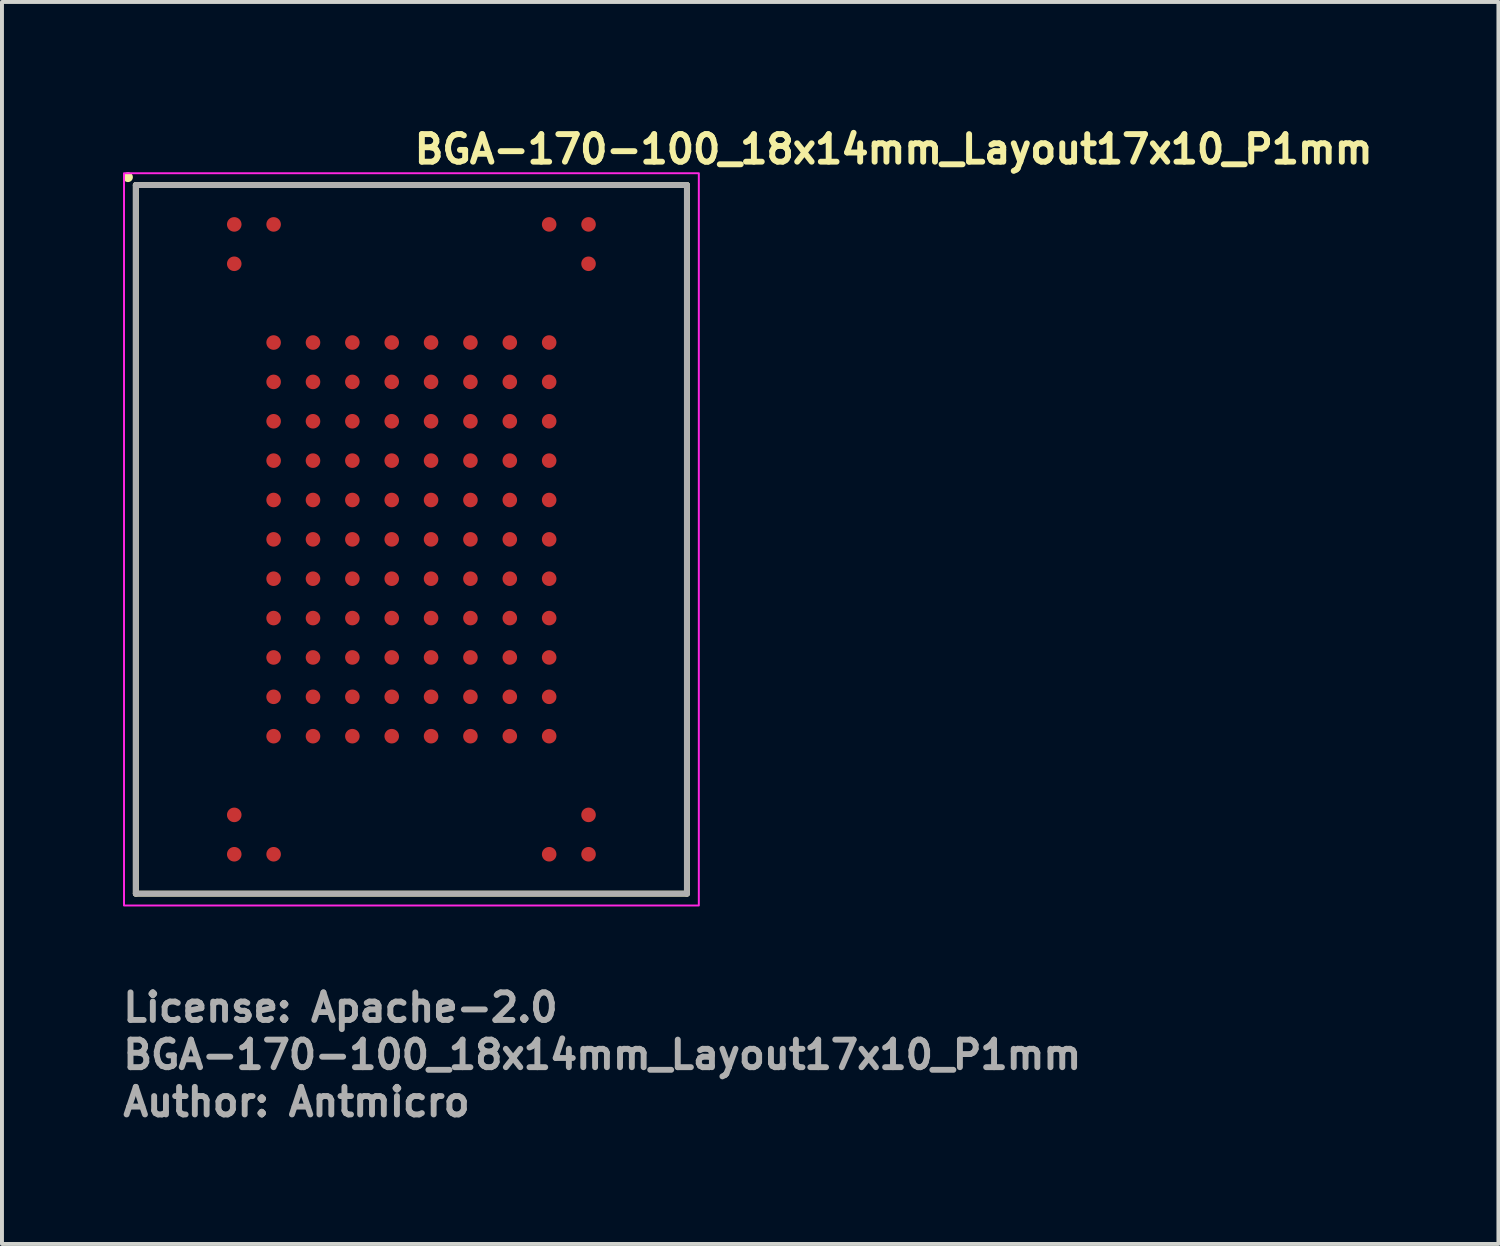
<source format=kicad_pcb>
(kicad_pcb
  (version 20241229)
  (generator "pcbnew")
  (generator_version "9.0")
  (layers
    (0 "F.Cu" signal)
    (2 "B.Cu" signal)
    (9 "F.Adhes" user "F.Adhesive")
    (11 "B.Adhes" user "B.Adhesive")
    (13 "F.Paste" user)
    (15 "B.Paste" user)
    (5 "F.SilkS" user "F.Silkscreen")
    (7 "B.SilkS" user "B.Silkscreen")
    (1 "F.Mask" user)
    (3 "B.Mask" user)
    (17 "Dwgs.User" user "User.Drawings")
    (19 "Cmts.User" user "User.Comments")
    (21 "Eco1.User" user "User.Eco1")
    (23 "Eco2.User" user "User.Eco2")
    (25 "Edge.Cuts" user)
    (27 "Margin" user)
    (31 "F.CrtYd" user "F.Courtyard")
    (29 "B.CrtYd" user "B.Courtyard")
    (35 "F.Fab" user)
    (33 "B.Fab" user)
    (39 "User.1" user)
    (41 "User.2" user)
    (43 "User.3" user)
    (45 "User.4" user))
  (footprint "BGA-170-100_18x14mm_Layout17x10_P1mm"
    (layer "F.Cu")
    (at 7.4 10.65)
    (property "Reference" "BGA-170-100_18x14mm_Layout17x10_P1mm" (at 0 -9.5 0) (layer "F.SilkS") (effects (font (size 0.7 0.7) (thickness 0.15)) (justify left bottom)))
    (attr smd)
    (fp_line (start -7 8.999) (end -7 -9) (stroke (width 0.15) (type solid)) (layer "F.SilkS"))
    (fp_line (start 6.998 -9) (end -7 -9) (stroke (width 0.15) (type solid)) (layer "F.SilkS"))
    (fp_line (start 6.998 8.999) (end -7 8.999) (stroke (width 0.15) (type solid)) (layer "F.SilkS"))
    (fp_line (start 6.998 8.999) (end 6.998 -9) (stroke (width 0.15) (type solid)) (layer "F.SilkS"))
    (fp_circle (center -7.2 -9.2) (end -7.15 -9.2) (stroke (width 0.15) (type solid)) (fill yes) (layer "F.SilkS"))
    (fp_rect (start -7.3 -9.3) (end 7.3 9.3) (stroke (width 0.05) (type solid)) (fill no) (layer "F.CrtYd"))
    (fp_line (start -7 8.999) (end -7 -9) (stroke (width 0.15) (type solid)) (layer "F.Fab"))
    (fp_line (start 6.998 -9) (end -7 -9) (stroke (width 0.15) (type solid)) (layer "F.Fab"))
    (fp_line (start 6.998 8.999) (end -7 8.999) (stroke (width 0.15) (type solid)) (layer "F.Fab"))
    (fp_line (start 6.998 8.999) (end 6.998 -9) (stroke (width 0.15) (type solid)) (layer "F.Fab"))
    (fp_rect (start -7 -9) (end 6.998 8.999) (stroke (width 0.1) (type solid)) (fill no) (layer "User.5"))
    (fp_line (start -7 -9) (end 6.998 -9) (stroke (width 0.02) (type solid)) (layer "User.9"))
    (fp_line (start -7 8.999) (end -7 -9) (stroke (width 0.02) (type solid)) (layer "User.9"))
    (fp_line (start -6.417 -7.853) (end -6.417 -7.833) (stroke (width 0.02) (type solid)) (layer "User.9"))
    (fp_line (start -6.417 -7.853) (end -6.417 -7.833) (stroke (width 0.02) (type solid)) (layer "User.9"))
    (fp_line (start -6.417 -7.833) (end -6.416 -7.795) (stroke (width 0.02) (type solid)) (layer "User.9"))
    (fp_line (start -6.417 -7.833) (end -6.416 -7.795) (stroke (width 0.02) (type solid)) (layer "User.9"))
    (fp_line (start -6.416 -7.873) (end -6.417 -7.853) (stroke (width 0.02) (type solid)) (layer "User.9"))
    (fp_line (start -6.416 -7.873) (end -6.417 -7.853) (stroke (width 0.02) (type solid)) (layer "User.9"))
    (fp_line (start -6.416 -7.795) (end -6.412 -7.756) (stroke (width 0.02) (type solid)) (layer "User.9"))
    (fp_line (start -6.416 -7.795) (end -6.412 -7.756) (stroke (width 0.02) (type solid)) (layer "User.9"))
    (fp_line (start -6.414 -7.892) (end -6.416 -7.873) (stroke (width 0.02) (type solid)) (layer "User.9"))
    (fp_line (start -6.414 -7.892) (end -6.416 -7.873) (stroke (width 0.02) (type solid)) (layer "User.9"))
    (fp_line (start -6.412 -7.91) (end -6.414 -7.892) (stroke (width 0.02) (type solid)) (layer "User.9"))
    (fp_line (start -6.412 -7.91) (end -6.414 -7.892) (stroke (width 0.02) (type solid)) (layer "User.9"))
    (fp_line (start -6.412 -7.756) (end -6.406 -7.719) (stroke (width 0.02) (type solid)) (layer "User.9"))
    (fp_line (start -6.412 -7.756) (end -6.406 -7.719) (stroke (width 0.02) (type solid)) (layer "User.9"))
    (fp_line (start -6.409 -7.93) (end -6.412 -7.91) (stroke (width 0.02) (type solid)) (layer "User.9"))
    (fp_line (start -6.409 -7.93) (end -6.412 -7.91) (stroke (width 0.02) (type solid)) (layer "User.9"))
    (fp_line (start -6.406 -7.949) (end -6.409 -7.93) (stroke (width 0.02) (type solid)) (layer "User.9"))
    (fp_line (start -6.406 -7.949) (end -6.409 -7.93) (stroke (width 0.02) (type solid)) (layer "User.9"))
    (fp_line (start -6.406 -7.719) (end -6.397 -7.682) (stroke (width 0.02) (type solid)) (layer "User.9"))
    (fp_line (start -6.406 -7.719) (end -6.397 -7.682) (stroke (width 0.02) (type solid)) (layer "User.9"))
    (fp_line (start -6.402 -7.968) (end -6.406 -7.949) (stroke (width 0.02) (type solid)) (layer "User.9"))
    (fp_line (start -6.402 -7.968) (end -6.406 -7.949) (stroke (width 0.02) (type solid)) (layer "User.9"))
    (fp_line (start -6.397 -7.986) (end -6.402 -7.968) (stroke (width 0.02) (type solid)) (layer "User.9"))
    (fp_line (start -6.397 -7.986) (end -6.402 -7.968) (stroke (width 0.02) (type solid)) (layer "User.9"))
    (fp_line (start -6.397 -7.682) (end -6.386 -7.644) (stroke (width 0.02) (type solid)) (layer "User.9"))
    (fp_line (start -6.397 -7.682) (end -6.386 -7.644) (stroke (width 0.02) (type solid)) (layer "User.9"))
    (fp_line (start -6.392 -8.003) (end -6.397 -7.986) (stroke (width 0.02) (type solid)) (layer "User.9"))
    (fp_line (start -6.392 -8.003) (end -6.397 -7.986) (stroke (width 0.02) (type solid)) (layer "User.9"))
    (fp_line (start -6.386 -8.022) (end -6.392 -8.003) (stroke (width 0.02) (type solid)) (layer "User.9"))
    (fp_line (start -6.386 -8.022) (end -6.392 -8.003) (stroke (width 0.02) (type solid)) (layer "User.9"))
    (fp_line (start -6.386 -7.644) (end -6.372 -7.61) (stroke (width 0.02) (type solid)) (layer "User.9"))
    (fp_line (start -6.386 -7.644) (end -6.372 -7.61) (stroke (width 0.02) (type solid)) (layer "User.9"))
    (fp_line (start -6.378 -8.038) (end -6.386 -8.022) (stroke (width 0.02) (type solid)) (layer "User.9"))
    (fp_line (start -6.378 -8.038) (end -6.386 -8.022) (stroke (width 0.02) (type solid)) (layer "User.9"))
    (fp_line (start -6.372 -8.058) (end -6.378 -8.038) (stroke (width 0.02) (type solid)) (layer "User.9"))
    (fp_line (start -6.372 -8.058) (end -6.378 -8.038) (stroke (width 0.02) (type solid)) (layer "User.9"))
    (fp_line (start -6.372 -7.61) (end -6.357 -7.575) (stroke (width 0.02) (type solid)) (layer "User.9"))
    (fp_line (start -6.372 -7.61) (end -6.357 -7.575) (stroke (width 0.02) (type solid)) (layer "User.9"))
    (fp_line (start -6.365 -8.074) (end -6.372 -8.058) (stroke (width 0.02) (type solid)) (layer "User.9"))
    (fp_line (start -6.365 -8.074) (end -6.372 -8.058) (stroke (width 0.02) (type solid)) (layer "User.9"))
    (fp_line (start -6.357 -8.092) (end -6.365 -8.074) (stroke (width 0.02) (type solid)) (layer "User.9"))
    (fp_line (start -6.357 -8.092) (end -6.365 -8.074) (stroke (width 0.02) (type solid)) (layer "User.9"))
    (fp_line (start -6.357 -7.575) (end -6.339 -7.542) (stroke (width 0.02) (type solid)) (layer "User.9"))
    (fp_line (start -6.357 -7.575) (end -6.339 -7.542) (stroke (width 0.02) (type solid)) (layer "User.9"))
    (fp_line (start -6.348 -8.109) (end -6.357 -8.092) (stroke (width 0.02) (type solid)) (layer "User.9"))
    (fp_line (start -6.348 -8.109) (end -6.357 -8.092) (stroke (width 0.02) (type solid)) (layer "User.9"))
    (fp_line (start -6.339 -8.125) (end -6.348 -8.109) (stroke (width 0.02) (type solid)) (layer "User.9"))
    (fp_line (start -6.339 -8.125) (end -6.348 -8.109) (stroke (width 0.02) (type solid)) (layer "User.9"))
    (fp_line (start -6.339 -7.542) (end -6.319 -7.51) (stroke (width 0.02) (type solid)) (layer "User.9"))
    (fp_line (start -6.339 -7.542) (end -6.319 -7.51) (stroke (width 0.02) (type solid)) (layer "User.9"))
    (fp_line (start -6.329 -8.141) (end -6.339 -8.125) (stroke (width 0.02) (type solid)) (layer "User.9"))
    (fp_line (start -6.329 -8.141) (end -6.339 -8.125) (stroke (width 0.02) (type solid)) (layer "User.9"))
    (fp_line (start -6.319 -8.157) (end -6.329 -8.141) (stroke (width 0.02) (type solid)) (layer "User.9"))
    (fp_line (start -6.319 -8.157) (end -6.329 -8.141) (stroke (width 0.02) (type solid)) (layer "User.9"))
    (fp_line (start -6.319 -7.51) (end -6.297 -7.479) (stroke (width 0.02) (type solid)) (layer "User.9"))
    (fp_line (start -6.319 -7.51) (end -6.297 -7.479) (stroke (width 0.02) (type solid)) (layer "User.9"))
    (fp_line (start -6.308 -8.173) (end -6.319 -8.157) (stroke (width 0.02) (type solid)) (layer "User.9"))
    (fp_line (start -6.308 -8.173) (end -6.319 -8.157) (stroke (width 0.02) (type solid)) (layer "User.9"))
    (fp_line (start -6.297 -8.188) (end -6.308 -8.173) (stroke (width 0.02) (type solid)) (layer "User.9"))
    (fp_line (start -6.297 -8.188) (end -6.308 -8.173) (stroke (width 0.02) (type solid)) (layer "User.9"))
    (fp_line (start -6.297 -7.479) (end -6.273 -7.45) (stroke (width 0.02) (type solid)) (layer "User.9"))
    (fp_line (start -6.297 -7.479) (end -6.273 -7.45) (stroke (width 0.02) (type solid)) (layer "User.9"))
    (fp_line (start -6.285 -8.203) (end -6.297 -8.188) (stroke (width 0.02) (type solid)) (layer "User.9"))
    (fp_line (start -6.285 -8.203) (end -6.297 -8.188) (stroke (width 0.02) (type solid)) (layer "User.9"))
    (fp_line (start -6.273 -8.218) (end -6.285 -8.203) (stroke (width 0.02) (type solid)) (layer "User.9"))
    (fp_line (start -6.273 -8.218) (end -6.285 -8.203) (stroke (width 0.02) (type solid)) (layer "User.9"))
    (fp_line (start -6.273 -7.45) (end -6.247 -7.422) (stroke (width 0.02) (type solid)) (layer "User.9"))
    (fp_line (start -6.273 -7.45) (end -6.247 -7.422) (stroke (width 0.02) (type solid)) (layer "User.9"))
    (fp_line (start -6.26 -8.232) (end -6.273 -8.218) (stroke (width 0.02) (type solid)) (layer "User.9"))
    (fp_line (start -6.26 -8.232) (end -6.273 -8.218) (stroke (width 0.02) (type solid)) (layer "User.9"))
    (fp_line (start -6.247 -8.244) (end -6.26 -8.232) (stroke (width 0.02) (type solid)) (layer "User.9"))
    (fp_line (start -6.247 -8.244) (end -6.26 -8.232) (stroke (width 0.02) (type solid)) (layer "User.9"))
    (fp_line (start -6.247 -7.422) (end -6.219 -7.396) (stroke (width 0.02) (type solid)) (layer "User.9"))
    (fp_line (start -6.247 -7.422) (end -6.219 -7.396) (stroke (width 0.02) (type solid)) (layer "User.9"))
    (fp_line (start -6.234 -8.259) (end -6.247 -8.244) (stroke (width 0.02) (type solid)) (layer "User.9"))
    (fp_line (start -6.234 -8.259) (end -6.247 -8.244) (stroke (width 0.02) (type solid)) (layer "User.9"))
    (fp_line (start -6.219 -8.272) (end -6.234 -8.259) (stroke (width 0.02) (type solid)) (layer "User.9"))
    (fp_line (start -6.219 -8.272) (end -6.234 -8.259) (stroke (width 0.02) (type solid)) (layer "User.9"))
    (fp_line (start -6.219 -7.396) (end -6.19 -7.372) (stroke (width 0.02) (type solid)) (layer "User.9"))
    (fp_line (start -6.219 -7.396) (end -6.19 -7.372) (stroke (width 0.02) (type solid)) (layer "User.9"))
    (fp_line (start -6.205 -8.284) (end -6.219 -8.272) (stroke (width 0.02) (type solid)) (layer "User.9"))
    (fp_line (start -6.205 -8.284) (end -6.219 -8.272) (stroke (width 0.02) (type solid)) (layer "User.9"))
    (fp_line (start -6.19 -8.296) (end -6.205 -8.284) (stroke (width 0.02) (type solid)) (layer "User.9"))
    (fp_line (start -6.19 -8.296) (end -6.205 -8.284) (stroke (width 0.02) (type solid)) (layer "User.9"))
    (fp_line (start -6.19 -7.372) (end -6.159 -7.349) (stroke (width 0.02) (type solid)) (layer "User.9"))
    (fp_line (start -6.19 -7.372) (end -6.159 -7.349) (stroke (width 0.02) (type solid)) (layer "User.9"))
    (fp_line (start -6.174 -8.307) (end -6.19 -8.296) (stroke (width 0.02) (type solid)) (layer "User.9"))
    (fp_line (start -6.174 -8.307) (end -6.19 -8.296) (stroke (width 0.02) (type solid)) (layer "User.9"))
    (fp_line (start -6.159 -8.318) (end -6.174 -8.307) (stroke (width 0.02) (type solid)) (layer "User.9"))
    (fp_line (start -6.159 -8.318) (end -6.174 -8.307) (stroke (width 0.02) (type solid)) (layer "User.9"))
    (fp_line (start -6.159 -7.349) (end -6.126 -7.329) (stroke (width 0.02) (type solid)) (layer "User.9"))
    (fp_line (start -6.159 -7.349) (end -6.126 -7.329) (stroke (width 0.02) (type solid)) (layer "User.9"))
    (fp_line (start -6.142 -8.329) (end -6.159 -8.318) (stroke (width 0.02) (type solid)) (layer "User.9"))
    (fp_line (start -6.142 -8.329) (end -6.159 -8.318) (stroke (width 0.02) (type solid)) (layer "User.9"))
    (fp_line (start -6.126 -8.339) (end -6.142 -8.329) (stroke (width 0.02) (type solid)) (layer "User.9"))
    (fp_line (start -6.126 -8.339) (end -6.142 -8.329) (stroke (width 0.02) (type solid)) (layer "User.9"))
    (fp_line (start -6.126 -8.339) (end -6.126 -8.339) (stroke (width 0.02) (type solid)) (layer "User.9"))
    (fp_line (start -6.126 -8.339) (end -6.126 -8.339) (stroke (width 0.02) (type solid)) (layer "User.9"))
    (fp_line (start -6.126 -7.329) (end -6.126 -7.329) (stroke (width 0.02) (type solid)) (layer "User.9"))
    (fp_line (start -6.126 -7.329) (end -6.126 -7.329) (stroke (width 0.02) (type solid)) (layer "User.9"))
    (fp_line (start -6.126 -7.329) (end -6.091 -7.309) (stroke (width 0.02) (type solid)) (layer "User.9"))
    (fp_line (start -6.126 -7.329) (end -6.091 -7.309) (stroke (width 0.02) (type solid)) (layer "User.9"))
    (fp_line (start -6.091 -8.357) (end -6.126 -8.339) (stroke (width 0.02) (type solid)) (layer "User.9"))
    (fp_line (start -6.091 -8.357) (end -6.126 -8.339) (stroke (width 0.02) (type solid)) (layer "User.9"))
    (fp_line (start -6.091 -7.309) (end -6.056 -7.293) (stroke (width 0.02) (type solid)) (layer "User.9"))
    (fp_line (start -6.091 -7.309) (end -6.056 -7.293) (stroke (width 0.02) (type solid)) (layer "User.9"))
    (fp_line (start -6.056 -8.373) (end -6.091 -8.357) (stroke (width 0.02) (type solid)) (layer "User.9"))
    (fp_line (start -6.056 -8.373) (end -6.091 -8.357) (stroke (width 0.02) (type solid)) (layer "User.9"))
    (fp_line (start -6.056 -7.293) (end -6.019 -7.28) (stroke (width 0.02) (type solid)) (layer "User.9"))
    (fp_line (start -6.056 -7.293) (end -6.019 -7.28) (stroke (width 0.02) (type solid)) (layer "User.9"))
    (fp_line (start -6.019 -8.387) (end -6.056 -8.373) (stroke (width 0.02) (type solid)) (layer "User.9"))
    (fp_line (start -6.019 -8.387) (end -6.056 -8.373) (stroke (width 0.02) (type solid)) (layer "User.9"))
    (fp_line (start -6.019 -7.28) (end -5.984 -7.269) (stroke (width 0.02) (type solid)) (layer "User.9"))
    (fp_line (start -6.019 -7.28) (end -5.984 -7.269) (stroke (width 0.02) (type solid)) (layer "User.9"))
    (fp_line (start -5.984 -8.398) (end -6.019 -8.387) (stroke (width 0.02) (type solid)) (layer "User.9"))
    (fp_line (start -5.984 -8.398) (end -6.019 -8.387) (stroke (width 0.02) (type solid)) (layer "User.9"))
    (fp_line (start -5.984 -7.269) (end -5.947 -7.261) (stroke (width 0.02) (type solid)) (layer "User.9"))
    (fp_line (start -5.984 -7.269) (end -5.947 -7.261) (stroke (width 0.02) (type solid)) (layer "User.9"))
    (fp_line (start -5.947 -8.406) (end -5.984 -8.398) (stroke (width 0.02) (type solid)) (layer "User.9"))
    (fp_line (start -5.947 -8.406) (end -5.984 -8.398) (stroke (width 0.02) (type solid)) (layer "User.9"))
    (fp_line (start -5.947 -7.261) (end -5.909 -7.255) (stroke (width 0.02) (type solid)) (layer "User.9"))
    (fp_line (start -5.947 -7.261) (end -5.909 -7.255) (stroke (width 0.02) (type solid)) (layer "User.9"))
    (fp_line (start -5.909 -8.412) (end -5.947 -8.406) (stroke (width 0.02) (type solid)) (layer "User.9"))
    (fp_line (start -5.909 -8.412) (end -5.947 -8.406) (stroke (width 0.02) (type solid)) (layer "User.9"))
    (fp_line (start -5.909 -7.255) (end -5.872 -7.252) (stroke (width 0.02) (type solid)) (layer "User.9"))
    (fp_line (start -5.909 -7.255) (end -5.872 -7.252) (stroke (width 0.02) (type solid)) (layer "User.9"))
    (fp_line (start -5.872 -8.416) (end -5.909 -8.412) (stroke (width 0.02) (type solid)) (layer "User.9"))
    (fp_line (start -5.872 -8.416) (end -5.909 -8.412) (stroke (width 0.02) (type solid)) (layer "User.9"))
    (fp_line (start -5.872 -7.252) (end -5.833 -7.25) (stroke (width 0.02) (type solid)) (layer "User.9"))
    (fp_line (start -5.872 -7.252) (end -5.833 -7.25) (stroke (width 0.02) (type solid)) (layer "User.9"))
    (fp_line (start -5.833 -8.417) (end -5.872 -8.416) (stroke (width 0.02) (type solid)) (layer "User.9"))
    (fp_line (start -5.833 -8.417) (end -5.872 -8.416) (stroke (width 0.02) (type solid)) (layer "User.9"))
    (fp_line (start -5.833 -7.25) (end -5.796 -7.252) (stroke (width 0.02) (type solid)) (layer "User.9"))
    (fp_line (start -5.833 -7.25) (end -5.796 -7.252) (stroke (width 0.02) (type solid)) (layer "User.9"))
    (fp_line (start -5.796 -8.416) (end -5.833 -8.417) (stroke (width 0.02) (type solid)) (layer "User.9"))
    (fp_line (start -5.796 -8.416) (end -5.833 -8.417) (stroke (width 0.02) (type solid)) (layer "User.9"))
    (fp_line (start -5.796 -7.252) (end -5.758 -7.255) (stroke (width 0.02) (type solid)) (layer "User.9"))
    (fp_line (start -5.796 -7.252) (end -5.758 -7.255) (stroke (width 0.02) (type solid)) (layer "User.9"))
    (fp_line (start -5.758 -8.412) (end -5.796 -8.416) (stroke (width 0.02) (type solid)) (layer "User.9"))
    (fp_line (start -5.758 -8.412) (end -5.796 -8.416) (stroke (width 0.02) (type solid)) (layer "User.9"))
    (fp_line (start -5.758 -7.255) (end -5.721 -7.261) (stroke (width 0.02) (type solid)) (layer "User.9"))
    (fp_line (start -5.758 -7.255) (end -5.721 -7.261) (stroke (width 0.02) (type solid)) (layer "User.9"))
    (fp_line (start -5.721 -8.406) (end -5.758 -8.412) (stroke (width 0.02) (type solid)) (layer "User.9"))
    (fp_line (start -5.721 -8.406) (end -5.758 -8.412) (stroke (width 0.02) (type solid)) (layer "User.9"))
    (fp_line (start -5.721 -7.261) (end -5.684 -7.269) (stroke (width 0.02) (type solid)) (layer "User.9"))
    (fp_line (start -5.721 -7.261) (end -5.684 -7.269) (stroke (width 0.02) (type solid)) (layer "User.9"))
    (fp_line (start -5.684 -8.398) (end -5.721 -8.406) (stroke (width 0.02) (type solid)) (layer "User.9"))
    (fp_line (start -5.684 -8.398) (end -5.721 -8.406) (stroke (width 0.02) (type solid)) (layer "User.9"))
    (fp_line (start -5.684 -7.269) (end -5.648 -7.28) (stroke (width 0.02) (type solid)) (layer "User.9"))
    (fp_line (start -5.684 -7.269) (end -5.648 -7.28) (stroke (width 0.02) (type solid)) (layer "User.9"))
    (fp_line (start -5.648 -8.387) (end -5.684 -8.398) (stroke (width 0.02) (type solid)) (layer "User.9"))
    (fp_line (start -5.648 -8.387) (end -5.684 -8.398) (stroke (width 0.02) (type solid)) (layer "User.9"))
    (fp_line (start -5.648 -7.28) (end -5.612 -7.293) (stroke (width 0.02) (type solid)) (layer "User.9"))
    (fp_line (start -5.648 -7.28) (end -5.612 -7.293) (stroke (width 0.02) (type solid)) (layer "User.9"))
    (fp_line (start -5.612 -8.373) (end -5.648 -8.387) (stroke (width 0.02) (type solid)) (layer "User.9"))
    (fp_line (start -5.612 -8.373) (end -5.648 -8.387) (stroke (width 0.02) (type solid)) (layer "User.9"))
    (fp_line (start -5.612 -7.293) (end -5.575 -7.309) (stroke (width 0.02) (type solid)) (layer "User.9"))
    (fp_line (start -5.612 -7.293) (end -5.575 -7.309) (stroke (width 0.02) (type solid)) (layer "User.9"))
    (fp_line (start -5.575 -8.357) (end -5.612 -8.373) (stroke (width 0.02) (type solid)) (layer "User.9"))
    (fp_line (start -5.575 -8.357) (end -5.612 -8.373) (stroke (width 0.02) (type solid)) (layer "User.9"))
    (fp_line (start -5.575 -7.309) (end -5.542 -7.329) (stroke (width 0.02) (type solid)) (layer "User.9"))
    (fp_line (start -5.575 -7.309) (end -5.542 -7.329) (stroke (width 0.02) (type solid)) (layer "User.9"))
    (fp_line (start -5.542 -8.339) (end -5.575 -8.357) (stroke (width 0.02) (type solid)) (layer "User.9"))
    (fp_line (start -5.542 -8.339) (end -5.575 -8.357) (stroke (width 0.02) (type solid)) (layer "User.9"))
    (fp_line (start -5.542 -8.339) (end -5.542 -8.339) (stroke (width 0.02) (type solid)) (layer "User.9"))
    (fp_line (start -5.542 -8.339) (end -5.542 -8.339) (stroke (width 0.02) (type solid)) (layer "User.9"))
    (fp_line (start -5.542 -7.329) (end -5.542 -7.329) (stroke (width 0.02) (type solid)) (layer "User.9"))
    (fp_line (start -5.542 -7.329) (end -5.542 -7.329) (stroke (width 0.02) (type solid)) (layer "User.9"))
    (fp_line (start -5.542 -7.329) (end -5.525 -7.339) (stroke (width 0.02) (type solid)) (layer "User.9"))
    (fp_line (start -5.542 -7.329) (end -5.525 -7.339) (stroke (width 0.02) (type solid)) (layer "User.9"))
    (fp_line (start -5.525 -7.339) (end -5.509 -7.349) (stroke (width 0.02) (type solid)) (layer "User.9"))
    (fp_line (start -5.525 -7.339) (end -5.509 -7.349) (stroke (width 0.02) (type solid)) (layer "User.9"))
    (fp_line (start -5.509 -8.318) (end -5.542 -8.339) (stroke (width 0.02) (type solid)) (layer "User.9"))
    (fp_line (start -5.509 -8.318) (end -5.542 -8.339) (stroke (width 0.02) (type solid)) (layer "User.9"))
    (fp_line (start -5.509 -7.349) (end -5.493 -7.36) (stroke (width 0.02) (type solid)) (layer "User.9"))
    (fp_line (start -5.509 -7.349) (end -5.493 -7.36) (stroke (width 0.02) (type solid)) (layer "User.9"))
    (fp_line (start -5.493 -7.36) (end -5.478 -7.372) (stroke (width 0.02) (type solid)) (layer "User.9"))
    (fp_line (start -5.493 -7.36) (end -5.478 -7.372) (stroke (width 0.02) (type solid)) (layer "User.9"))
    (fp_line (start -5.478 -8.296) (end -5.509 -8.318) (stroke (width 0.02) (type solid)) (layer "User.9"))
    (fp_line (start -5.478 -8.296) (end -5.509 -8.318) (stroke (width 0.02) (type solid)) (layer "User.9"))
    (fp_line (start -5.478 -7.372) (end -5.463 -7.384) (stroke (width 0.02) (type solid)) (layer "User.9"))
    (fp_line (start -5.478 -7.372) (end -5.463 -7.384) (stroke (width 0.02) (type solid)) (layer "User.9"))
    (fp_line (start -5.463 -7.384) (end -5.448 -7.396) (stroke (width 0.02) (type solid)) (layer "User.9"))
    (fp_line (start -5.463 -7.384) (end -5.448 -7.396) (stroke (width 0.02) (type solid)) (layer "User.9"))
    (fp_line (start -5.448 -8.272) (end -5.478 -8.296) (stroke (width 0.02) (type solid)) (layer "User.9"))
    (fp_line (start -5.448 -8.272) (end -5.478 -8.296) (stroke (width 0.02) (type solid)) (layer "User.9"))
    (fp_line (start -5.448 -7.396) (end -5.434 -7.409) (stroke (width 0.02) (type solid)) (layer "User.9"))
    (fp_line (start -5.448 -7.396) (end -5.434 -7.409) (stroke (width 0.02) (type solid)) (layer "User.9"))
    (fp_line (start -5.434 -7.409) (end -5.42 -7.422) (stroke (width 0.02) (type solid)) (layer "User.9"))
    (fp_line (start -5.434 -7.409) (end -5.42 -7.422) (stroke (width 0.02) (type solid)) (layer "User.9"))
    (fp_line (start -5.42 -8.244) (end -5.448 -8.272) (stroke (width 0.02) (type solid)) (layer "User.9"))
    (fp_line (start -5.42 -8.244) (end -5.448 -8.272) (stroke (width 0.02) (type solid)) (layer "User.9"))
    (fp_line (start -5.42 -7.422) (end -5.407 -7.436) (stroke (width 0.02) (type solid)) (layer "User.9"))
    (fp_line (start -5.42 -7.422) (end -5.407 -7.436) (stroke (width 0.02) (type solid)) (layer "User.9"))
    (fp_line (start -5.407 -7.436) (end -5.394 -7.45) (stroke (width 0.02) (type solid)) (layer "User.9"))
    (fp_line (start -5.407 -7.436) (end -5.394 -7.45) (stroke (width 0.02) (type solid)) (layer "User.9"))
    (fp_line (start -5.394 -8.218) (end -5.42 -8.244) (stroke (width 0.02) (type solid)) (layer "User.9"))
    (fp_line (start -5.394 -8.218) (end -5.42 -8.244) (stroke (width 0.02) (type solid)) (layer "User.9"))
    (fp_line (start -5.394 -7.45) (end -5.382 -7.464) (stroke (width 0.02) (type solid)) (layer "User.9"))
    (fp_line (start -5.394 -7.45) (end -5.382 -7.464) (stroke (width 0.02) (type solid)) (layer "User.9"))
    (fp_line (start -5.382 -7.464) (end -5.371 -7.479) (stroke (width 0.02) (type solid)) (layer "User.9"))
    (fp_line (start -5.382 -7.464) (end -5.371 -7.479) (stroke (width 0.02) (type solid)) (layer "User.9"))
    (fp_line (start -5.371 -8.188) (end -5.394 -8.218) (stroke (width 0.02) (type solid)) (layer "User.9"))
    (fp_line (start -5.371 -8.188) (end -5.394 -8.218) (stroke (width 0.02) (type solid)) (layer "User.9"))
    (fp_line (start -5.371 -7.479) (end -5.359 -7.495) (stroke (width 0.02) (type solid)) (layer "User.9"))
    (fp_line (start -5.371 -7.479) (end -5.359 -7.495) (stroke (width 0.02) (type solid)) (layer "User.9"))
    (fp_line (start -5.359 -7.495) (end -5.349 -7.51) (stroke (width 0.02) (type solid)) (layer "User.9"))
    (fp_line (start -5.359 -7.495) (end -5.349 -7.51) (stroke (width 0.02) (type solid)) (layer "User.9"))
    (fp_line (start -5.349 -8.157) (end -5.371 -8.188) (stroke (width 0.02) (type solid)) (layer "User.9"))
    (fp_line (start -5.349 -8.157) (end -5.371 -8.188) (stroke (width 0.02) (type solid)) (layer "User.9"))
    (fp_line (start -5.349 -7.51) (end -5.338 -7.526) (stroke (width 0.02) (type solid)) (layer "User.9"))
    (fp_line (start -5.349 -7.51) (end -5.338 -7.526) (stroke (width 0.02) (type solid)) (layer "User.9"))
    (fp_line (start -5.338 -7.526) (end -5.329 -7.542) (stroke (width 0.02) (type solid)) (layer "User.9"))
    (fp_line (start -5.338 -7.526) (end -5.329 -7.542) (stroke (width 0.02) (type solid)) (layer "User.9"))
    (fp_line (start -5.329 -8.125) (end -5.349 -8.157) (stroke (width 0.02) (type solid)) (layer "User.9"))
    (fp_line (start -5.329 -8.125) (end -5.349 -8.157) (stroke (width 0.02) (type solid)) (layer "User.9"))
    (fp_line (start -5.329 -7.542) (end -5.319 -7.559) (stroke (width 0.02) (type solid)) (layer "User.9"))
    (fp_line (start -5.329 -7.542) (end -5.319 -7.559) (stroke (width 0.02) (type solid)) (layer "User.9"))
    (fp_line (start -5.319 -7.559) (end -5.311 -7.575) (stroke (width 0.02) (type solid)) (layer "User.9"))
    (fp_line (start -5.319 -7.559) (end -5.311 -7.575) (stroke (width 0.02) (type solid)) (layer "User.9"))
    (fp_line (start -5.311 -8.092) (end -5.329 -8.125) (stroke (width 0.02) (type solid)) (layer "User.9"))
    (fp_line (start -5.311 -8.092) (end -5.329 -8.125) (stroke (width 0.02) (type solid)) (layer "User.9"))
    (fp_line (start -5.311 -7.575) (end -5.303 -7.593) (stroke (width 0.02) (type solid)) (layer "User.9"))
    (fp_line (start -5.311 -7.575) (end -5.303 -7.593) (stroke (width 0.02) (type solid)) (layer "User.9"))
    (fp_line (start -5.303 -7.593) (end -5.295 -7.61) (stroke (width 0.02) (type solid)) (layer "User.9"))
    (fp_line (start -5.303 -7.593) (end -5.295 -7.61) (stroke (width 0.02) (type solid)) (layer "User.9"))
    (fp_line (start -5.295 -8.058) (end -5.311 -8.092) (stroke (width 0.02) (type solid)) (layer "User.9"))
    (fp_line (start -5.295 -8.058) (end -5.311 -8.092) (stroke (width 0.02) (type solid)) (layer "User.9"))
    (fp_line (start -5.295 -7.61) (end -5.288 -7.627) (stroke (width 0.02) (type solid)) (layer "User.9"))
    (fp_line (start -5.295 -7.61) (end -5.288 -7.627) (stroke (width 0.02) (type solid)) (layer "User.9"))
    (fp_line (start -5.288 -7.627) (end -5.282 -7.644) (stroke (width 0.02) (type solid)) (layer "User.9"))
    (fp_line (start -5.288 -7.627) (end -5.282 -7.644) (stroke (width 0.02) (type solid)) (layer "User.9"))
    (fp_line (start -5.282 -8.022) (end -5.295 -8.058) (stroke (width 0.02) (type solid)) (layer "User.9"))
    (fp_line (start -5.282 -8.022) (end -5.295 -8.058) (stroke (width 0.02) (type solid)) (layer "User.9"))
    (fp_line (start -5.282 -7.644) (end -5.276 -7.663) (stroke (width 0.02) (type solid)) (layer "User.9"))
    (fp_line (start -5.282 -7.644) (end -5.276 -7.663) (stroke (width 0.02) (type solid)) (layer "User.9"))
    (fp_line (start -5.276 -7.663) (end -5.271 -7.682) (stroke (width 0.02) (type solid)) (layer "User.9"))
    (fp_line (start -5.276 -7.663) (end -5.271 -7.682) (stroke (width 0.02) (type solid)) (layer "User.9"))
    (fp_line (start -5.271 -7.986) (end -5.282 -8.022) (stroke (width 0.02) (type solid)) (layer "User.9"))
    (fp_line (start -5.271 -7.986) (end -5.282 -8.022) (stroke (width 0.02) (type solid)) (layer "User.9"))
    (fp_line (start -5.271 -7.682) (end -5.266 -7.7) (stroke (width 0.02) (type solid)) (layer "User.9"))
    (fp_line (start -5.271 -7.682) (end -5.266 -7.7) (stroke (width 0.02) (type solid)) (layer "User.9"))
    (fp_line (start -5.266 -7.7) (end -5.261 -7.719) (stroke (width 0.02) (type solid)) (layer "User.9"))
    (fp_line (start -5.266 -7.7) (end -5.261 -7.719) (stroke (width 0.02) (type solid)) (layer "User.9"))
    (fp_line (start -5.261 -7.949) (end -5.271 -7.986) (stroke (width 0.02) (type solid)) (layer "User.9"))
    (fp_line (start -5.261 -7.949) (end -5.271 -7.986) (stroke (width 0.02) (type solid)) (layer "User.9"))
    (fp_line (start -5.261 -7.719) (end -5.258 -7.738) (stroke (width 0.02) (type solid)) (layer "User.9"))
    (fp_line (start -5.261 -7.719) (end -5.258 -7.738) (stroke (width 0.02) (type solid)) (layer "User.9"))
    (fp_line (start -5.258 -7.738) (end -5.256 -7.756) (stroke (width 0.02) (type solid)) (layer "User.9"))
    (fp_line (start -5.258 -7.738) (end -5.256 -7.756) (stroke (width 0.02) (type solid)) (layer "User.9"))
    (fp_line (start -5.256 -7.91) (end -5.261 -7.949) (stroke (width 0.02) (type solid)) (layer "User.9"))
    (fp_line (start -5.256 -7.91) (end -5.261 -7.949) (stroke (width 0.02) (type solid)) (layer "User.9"))
    (fp_line (start -5.256 -7.756) (end -5.253 -7.776) (stroke (width 0.02) (type solid)) (layer "User.9"))
    (fp_line (start -5.256 -7.756) (end -5.253 -7.776) (stroke (width 0.02) (type solid)) (layer "User.9"))
    (fp_line (start -5.253 -7.776) (end -5.252 -7.795) (stroke (width 0.02) (type solid)) (layer "User.9"))
    (fp_line (start -5.253 -7.776) (end -5.252 -7.795) (stroke (width 0.02) (type solid)) (layer "User.9"))
    (fp_line (start -5.252 -7.873) (end -5.256 -7.91) (stroke (width 0.02) (type solid)) (layer "User.9"))
    (fp_line (start -5.252 -7.873) (end -5.256 -7.91) (stroke (width 0.02) (type solid)) (layer "User.9"))
    (fp_line (start -5.252 -7.795) (end -5.251 -7.814) (stroke (width 0.02) (type solid)) (layer "User.9"))
    (fp_line (start -5.252 -7.795) (end -5.251 -7.814) (stroke (width 0.02) (type solid)) (layer "User.9"))
    (fp_line (start -5.251 -7.814) (end -5.25 -7.833) (stroke (width 0.02) (type solid)) (layer "User.9"))
    (fp_line (start -5.251 -7.814) (end -5.25 -7.833) (stroke (width 0.02) (type solid)) (layer "User.9"))
    (fp_line (start -5.25 -7.833) (end -5.252 -7.873) (stroke (width 0.02) (type solid)) (layer "User.9"))
    (fp_line (start -5.25 -7.833) (end -5.252 -7.873) (stroke (width 0.02) (type solid)) (layer "User.9"))
    (fp_line (start 6.998 -9) (end 6.998 8.999) (stroke (width 0.02) (type solid)) (layer "User.9"))
    (fp_line (start 6.998 8.999) (end -7 8.999) (stroke (width 0.02) (type solid)) (layer "User.9"))
    (fp_text user "License: Apache-2.0" (at -7.4 12.3 0) (layer "F.Fab") (effects (font (size 0.7 0.7) (thickness 0.15)) (justify left bottom)))
    (fp_text user "Author: Antmicro" (at -7.4 14.7 0) (layer "F.Fab") (effects (font (size 0.7 0.7) (thickness 0.15)) (justify left bottom)))
    (fp_text user "${REFERENCE}" (at -7.4 13.5 0) (layer "F.Fab") (effects (font (size 0.7 0.7) (thickness 0.15)) (justify left bottom)))
    (pad "A1" smd circle (at -4.5 -8) (size 0.37 0.37) (layers "F.Cu" "F.Mask" "F.Paste"))
    (pad "A2" smd circle (at -3.5 -8) (size 0.37 0.37) (layers "F.Cu" "F.Mask" "F.Paste"))
    (pad "A9" smd circle (at 3.499 -8) (size 0.37 0.37) (layers "F.Cu" "F.Mask" "F.Paste"))
    (pad "A10" smd circle (at 4.499 -8) (size 0.37 0.37) (layers "F.Cu" "F.Mask" "F.Paste"))
    (pad "B1" smd circle (at -4.5 -7) (size 0.37 0.37) (layers "F.Cu" "F.Mask" "F.Paste"))
    (pad "B10" smd circle (at 4.499 -7) (size 0.37 0.37) (layers "F.Cu" "F.Mask" "F.Paste"))
    (pad "D2" smd circle (at -3.5 -5) (size 0.37 0.37) (layers "F.Cu" "F.Mask" "F.Paste"))
    (pad "D3" smd circle (at -2.5 -5) (size 0.37 0.37) (layers "F.Cu" "F.Mask" "F.Paste"))
    (pad "D4" smd circle (at -1.5 -5) (size 0.37 0.37) (layers "F.Cu" "F.Mask" "F.Paste"))
    (pad "D5" smd circle (at -0.5 -5) (size 0.37 0.37) (layers "F.Cu" "F.Mask" "F.Paste"))
    (pad "D6" smd circle (at 0.499 -5) (size 0.37 0.37) (layers "F.Cu" "F.Mask" "F.Paste"))
    (pad "D7" smd circle (at 1.499 -5) (size 0.37 0.37) (layers "F.Cu" "F.Mask" "F.Paste"))
    (pad "D8" smd circle (at 2.499 -5) (size 0.37 0.37) (layers "F.Cu" "F.Mask" "F.Paste"))
    (pad "D9" smd circle (at 3.499 -5) (size 0.37 0.37) (layers "F.Cu" "F.Mask" "F.Paste"))
    (pad "E2" smd circle (at -3.5 -4) (size 0.37 0.37) (layers "F.Cu" "F.Mask" "F.Paste"))
    (pad "E3" smd circle (at -2.5 -4) (size 0.37 0.37) (layers "F.Cu" "F.Mask" "F.Paste"))
    (pad "E4" smd circle (at -1.5 -4) (size 0.37 0.37) (layers "F.Cu" "F.Mask" "F.Paste"))
    (pad "E5" smd circle (at -0.5 -4) (size 0.37 0.37) (layers "F.Cu" "F.Mask" "F.Paste"))
    (pad "E6" smd circle (at 0.499 -4) (size 0.37 0.37) (layers "F.Cu" "F.Mask" "F.Paste"))
    (pad "E7" smd circle (at 1.499 -4) (size 0.37 0.37) (layers "F.Cu" "F.Mask" "F.Paste"))
    (pad "E8" smd circle (at 2.499 -4) (size 0.37 0.37) (layers "F.Cu" "F.Mask" "F.Paste"))
    (pad "E9" smd circle (at 3.499 -4) (size 0.37 0.37) (layers "F.Cu" "F.Mask" "F.Paste"))
    (pad "F2" smd circle (at -3.5 -3) (size 0.37 0.37) (layers "F.Cu" "F.Mask" "F.Paste"))
    (pad "F3" smd circle (at -2.5 -3) (size 0.37 0.37) (layers "F.Cu" "F.Mask" "F.Paste"))
    (pad "F4" smd circle (at -1.5 -3) (size 0.37 0.37) (layers "F.Cu" "F.Mask" "F.Paste"))
    (pad "F5" smd circle (at -0.5 -3) (size 0.37 0.37) (layers "F.Cu" "F.Mask" "F.Paste"))
    (pad "F6" smd circle (at 0.499 -3) (size 0.37 0.37) (layers "F.Cu" "F.Mask" "F.Paste"))
    (pad "F7" smd circle (at 1.499 -3) (size 0.37 0.37) (layers "F.Cu" "F.Mask" "F.Paste"))
    (pad "F8" smd circle (at 2.499 -3) (size 0.37 0.37) (layers "F.Cu" "F.Mask" "F.Paste"))
    (pad "F9" smd circle (at 3.499 -3) (size 0.37 0.37) (layers "F.Cu" "F.Mask" "F.Paste"))
    (pad "G2" smd circle (at -3.5 -2) (size 0.37 0.37) (layers "F.Cu" "F.Mask" "F.Paste"))
    (pad "G3" smd circle (at -2.5 -2) (size 0.37 0.37) (layers "F.Cu" "F.Mask" "F.Paste"))
    (pad "G4" smd circle (at -1.5 -2) (size 0.37 0.37) (layers "F.Cu" "F.Mask" "F.Paste"))
    (pad "G5" smd circle (at -0.5 -2) (size 0.37 0.37) (layers "F.Cu" "F.Mask" "F.Paste"))
    (pad "G6" smd circle (at 0.499 -2) (size 0.37 0.37) (layers "F.Cu" "F.Mask" "F.Paste"))
    (pad "G7" smd circle (at 1.499 -2) (size 0.37 0.37) (layers "F.Cu" "F.Mask" "F.Paste"))
    (pad "G8" smd circle (at 2.499 -2) (size 0.37 0.37) (layers "F.Cu" "F.Mask" "F.Paste"))
    (pad "G9" smd circle (at 3.499 -2) (size 0.37 0.37) (layers "F.Cu" "F.Mask" "F.Paste"))
    (pad "H2" smd circle (at -3.5 -1) (size 0.37 0.37) (layers "F.Cu" "F.Mask" "F.Paste"))
    (pad "H3" smd circle (at -2.5 -1) (size 0.37 0.37) (layers "F.Cu" "F.Mask" "F.Paste"))
    (pad "H4" smd circle (at -1.5 -1) (size 0.37 0.37) (layers "F.Cu" "F.Mask" "F.Paste"))
    (pad "H5" smd circle (at -0.5 -1) (size 0.37 0.37) (layers "F.Cu" "F.Mask" "F.Paste"))
    (pad "H6" smd circle (at 0.499 -1) (size 0.37 0.37) (layers "F.Cu" "F.Mask" "F.Paste"))
    (pad "H7" smd circle (at 1.499 -1) (size 0.37 0.37) (layers "F.Cu" "F.Mask" "F.Paste"))
    (pad "H8" smd circle (at 2.499 -1) (size 0.37 0.37) (layers "F.Cu" "F.Mask" "F.Paste"))
    (pad "H9" smd circle (at 3.499 -1) (size 0.37 0.37) (layers "F.Cu" "F.Mask" "F.Paste"))
    (pad "J2" smd circle (at -3.5 0) (size 0.37 0.37) (layers "F.Cu" "F.Mask" "F.Paste"))
    (pad "J3" smd circle (at -2.5 0) (size 0.37 0.37) (layers "F.Cu" "F.Mask" "F.Paste"))
    (pad "J4" smd circle (at -1.5 0) (size 0.37 0.37) (layers "F.Cu" "F.Mask" "F.Paste"))
    (pad "J5" smd circle (at -0.5 0) (size 0.37 0.37) (layers "F.Cu" "F.Mask" "F.Paste"))
    (pad "J6" smd circle (at 0.499 0) (size 0.37 0.37) (layers "F.Cu" "F.Mask" "F.Paste"))
    (pad "J7" smd circle (at 1.499 0) (size 0.37 0.37) (layers "F.Cu" "F.Mask" "F.Paste"))
    (pad "J8" smd circle (at 2.499 0) (size 0.37 0.37) (layers "F.Cu" "F.Mask" "F.Paste"))
    (pad "J9" smd circle (at 3.499 0) (size 0.37 0.37) (layers "F.Cu" "F.Mask" "F.Paste"))
    (pad "K2" smd circle (at -3.5 0.999) (size 0.37 0.37) (layers "F.Cu" "F.Mask" "F.Paste"))
    (pad "K3" smd circle (at -2.5 0.999) (size 0.37 0.37) (layers "F.Cu" "F.Mask" "F.Paste"))
    (pad "K4" smd circle (at -1.5 0.999) (size 0.37 0.37) (layers "F.Cu" "F.Mask" "F.Paste"))
    (pad "K5" smd circle (at -0.5 0.999) (size 0.37 0.37) (layers "F.Cu" "F.Mask" "F.Paste"))
    (pad "K6" smd circle (at 0.499 0.999) (size 0.37 0.37) (layers "F.Cu" "F.Mask" "F.Paste"))
    (pad "K7" smd circle (at 1.499 0.999) (size 0.37 0.37) (layers "F.Cu" "F.Mask" "F.Paste"))
    (pad "K8" smd circle (at 2.499 0.999) (size 0.37 0.37) (layers "F.Cu" "F.Mask" "F.Paste"))
    (pad "K9" smd circle (at 3.499 0.999) (size 0.37 0.37) (layers "F.Cu" "F.Mask" "F.Paste"))
    (pad "L2" smd circle (at -3.5 1.999) (size 0.37 0.37) (layers "F.Cu" "F.Mask" "F.Paste"))
    (pad "L3" smd circle (at -2.5 1.999) (size 0.37 0.37) (layers "F.Cu" "F.Mask" "F.Paste"))
    (pad "L4" smd circle (at -1.5 1.999) (size 0.37 0.37) (layers "F.Cu" "F.Mask" "F.Paste"))
    (pad "L5" smd circle (at -0.5 1.999) (size 0.37 0.37) (layers "F.Cu" "F.Mask" "F.Paste"))
    (pad "L6" smd circle (at 0.499 1.999) (size 0.37 0.37) (layers "F.Cu" "F.Mask" "F.Paste"))
    (pad "L7" smd circle (at 1.499 1.999) (size 0.37 0.37) (layers "F.Cu" "F.Mask" "F.Paste"))
    (pad "L8" smd circle (at 2.499 1.999) (size 0.37 0.37) (layers "F.Cu" "F.Mask" "F.Paste"))
    (pad "L9" smd circle (at 3.499 1.999) (size 0.37 0.37) (layers "F.Cu" "F.Mask" "F.Paste"))
    (pad "M2" smd circle (at -3.5 2.999) (size 0.37 0.37) (layers "F.Cu" "F.Mask" "F.Paste"))
    (pad "M3" smd circle (at -2.5 2.999) (size 0.37 0.37) (layers "F.Cu" "F.Mask" "F.Paste"))
    (pad "M4" smd circle (at -1.5 2.999) (size 0.37 0.37) (layers "F.Cu" "F.Mask" "F.Paste"))
    (pad "M5" smd circle (at -0.5 2.999) (size 0.37 0.37) (layers "F.Cu" "F.Mask" "F.Paste"))
    (pad "M6" smd circle (at 0.499 2.999) (size 0.37 0.37) (layers "F.Cu" "F.Mask" "F.Paste"))
    (pad "M7" smd circle (at 1.499 2.999) (size 0.37 0.37) (layers "F.Cu" "F.Mask" "F.Paste"))
    (pad "M8" smd circle (at 2.499 2.999) (size 0.37 0.37) (layers "F.Cu" "F.Mask" "F.Paste"))
    (pad "M9" smd circle (at 3.499 2.999) (size 0.37 0.37) (layers "F.Cu" "F.Mask" "F.Paste"))
    (pad "N2" smd circle (at -3.5 3.999) (size 0.37 0.37) (layers "F.Cu" "F.Mask" "F.Paste"))
    (pad "N3" smd circle (at -2.5 3.999) (size 0.37 0.37) (layers "F.Cu" "F.Mask" "F.Paste"))
    (pad "N4" smd circle (at -1.5 3.999) (size 0.37 0.37) (layers "F.Cu" "F.Mask" "F.Paste"))
    (pad "N5" smd circle (at -0.5 3.999) (size 0.37 0.37) (layers "F.Cu" "F.Mask" "F.Paste"))
    (pad "N6" smd circle (at 0.499 3.999) (size 0.37 0.37) (layers "F.Cu" "F.Mask" "F.Paste"))
    (pad "N7" smd circle (at 1.499 3.999) (size 0.37 0.37) (layers "F.Cu" "F.Mask" "F.Paste"))
    (pad "N8" smd circle (at 2.499 3.999) (size 0.37 0.37) (layers "F.Cu" "F.Mask" "F.Paste"))
    (pad "N9" smd circle (at 3.499 3.999) (size 0.37 0.37) (layers "F.Cu" "F.Mask" "F.Paste"))
    (pad "P2" smd circle (at -3.5 4.999) (size 0.37 0.37) (layers "F.Cu" "F.Mask" "F.Paste"))
    (pad "P3" smd circle (at -2.5 4.999) (size 0.37 0.37) (layers "F.Cu" "F.Mask" "F.Paste"))
    (pad "P4" smd circle (at -1.5 4.999) (size 0.37 0.37) (layers "F.Cu" "F.Mask" "F.Paste"))
    (pad "P5" smd circle (at -0.5 4.999) (size 0.37 0.37) (layers "F.Cu" "F.Mask" "F.Paste"))
    (pad "P6" smd circle (at 0.499 4.999) (size 0.37 0.37) (layers "F.Cu" "F.Mask" "F.Paste"))
    (pad "P7" smd circle (at 1.499 4.999) (size 0.37 0.37) (layers "F.Cu" "F.Mask" "F.Paste"))
    (pad "P8" smd circle (at 2.499 4.999) (size 0.37 0.37) (layers "F.Cu" "F.Mask" "F.Paste"))
    (pad "P9" smd circle (at 3.499 4.999) (size 0.37 0.37) (layers "F.Cu" "F.Mask" "F.Paste"))
    (pad "T1" smd circle (at -4.5 6.998) (size 0.37 0.37) (layers "F.Cu" "F.Mask" "F.Paste"))
    (pad "T10" smd circle (at 4.499 6.998) (size 0.37 0.37) (layers "F.Cu" "F.Mask" "F.Paste"))
    (pad "U1" smd circle (at -4.5 7.998) (size 0.37 0.37) (layers "F.Cu" "F.Mask" "F.Paste"))
    (pad "U2" smd circle (at -3.5 7.998) (size 0.37 0.37) (layers "F.Cu" "F.Mask" "F.Paste"))
    (pad "U9" smd circle (at 3.499 7.998) (size 0.37 0.37) (layers "F.Cu" "F.Mask" "F.Paste"))
    (pad "U10" smd circle (at 4.499 7.998) (size 0.37 0.37) (layers "F.Cu" "F.Mask" "F.Paste")))
  (gr_rect
    (start -3 -3)
    (end 35.01 28.546)
    (stroke (width 0.1) (type default))
    (fill no)
    (layer "Edge.Cuts")))
</source>
